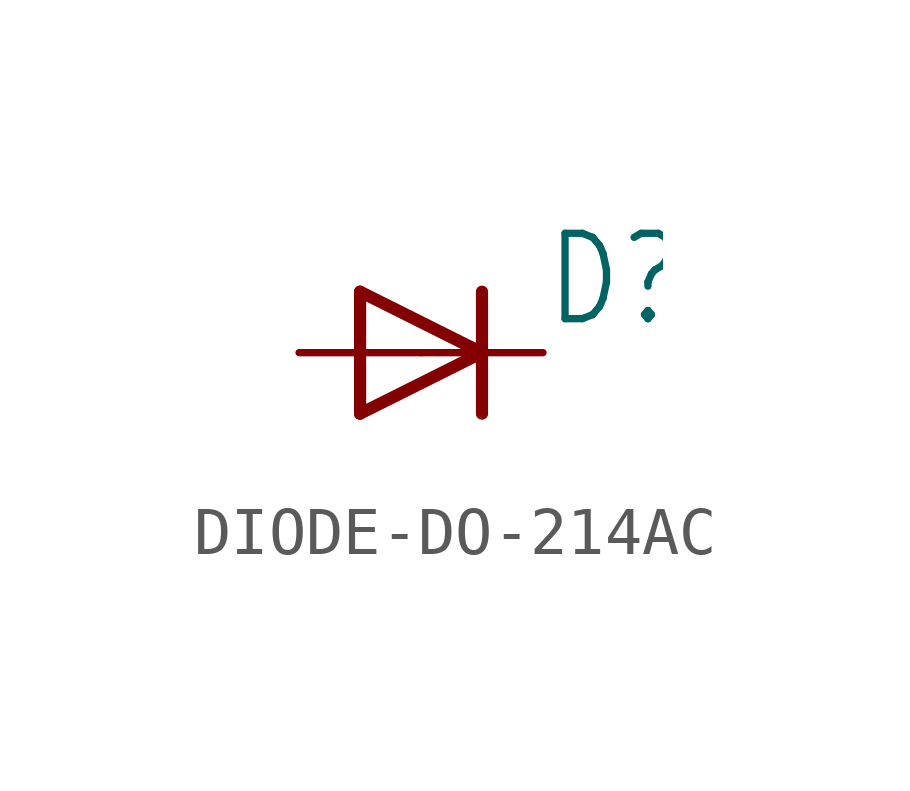
<source format=kicad_sym>
(kicad_symbol_lib
  (version 20241209)
  (generator "kicad_symbol_editor")
  (generator_version "9.0")
  (symbol "DIODE-DO-214AC"
    (property "Reference" "D"
      (at 2.54 0.483 0)
      (effects (font (size 1.778 1.511)) (justify left bottom)))
    (property "Value" ""
      (at 2.54 -2.311 0)
      (effects (font (size 1.778 1.511)) (justify left bottom)))
    (property "ki_locked" ""
      (at 0 0 0)
      (effects (font (size 1.27 1.27))))
    (symbol "DIODE-DO-214AC_1_0"
      (polyline (pts (xy -1.27 1.27) (xy -1.27 -1.27)) (stroke (width 0.254) (type solid)) (fill (type none)))
      (polyline (pts (xy -1.27 -1.27) (xy 1.27 0)) (stroke (width 0.254) (type solid)) (fill (type none)))
      (polyline (pts (xy 1.27 1.27) (xy 1.27 0)) (stroke (width 0.254) (type solid)) (fill (type none)))
      (polyline (pts (xy 1.27 0) (xy -1.27 1.27)) (stroke (width 0.254) (type solid)) (fill (type none)))
      (polyline (pts (xy 1.27 0) (xy 1.27 -1.27)) (stroke (width 0.254) (type solid)) (fill (type none)))
      (pin passive line (at -2.54 0 0) (length 2.54) (name "A" (effects (font (size 0 0)))) (number "A" (effects (font (size 0 0)))))
      (pin passive line (at 2.54 0 180) (length 2.54) (name "C" (effects (font (size 0 0)))) (number "C" (effects (font (size 0 0))))))))
</source>
